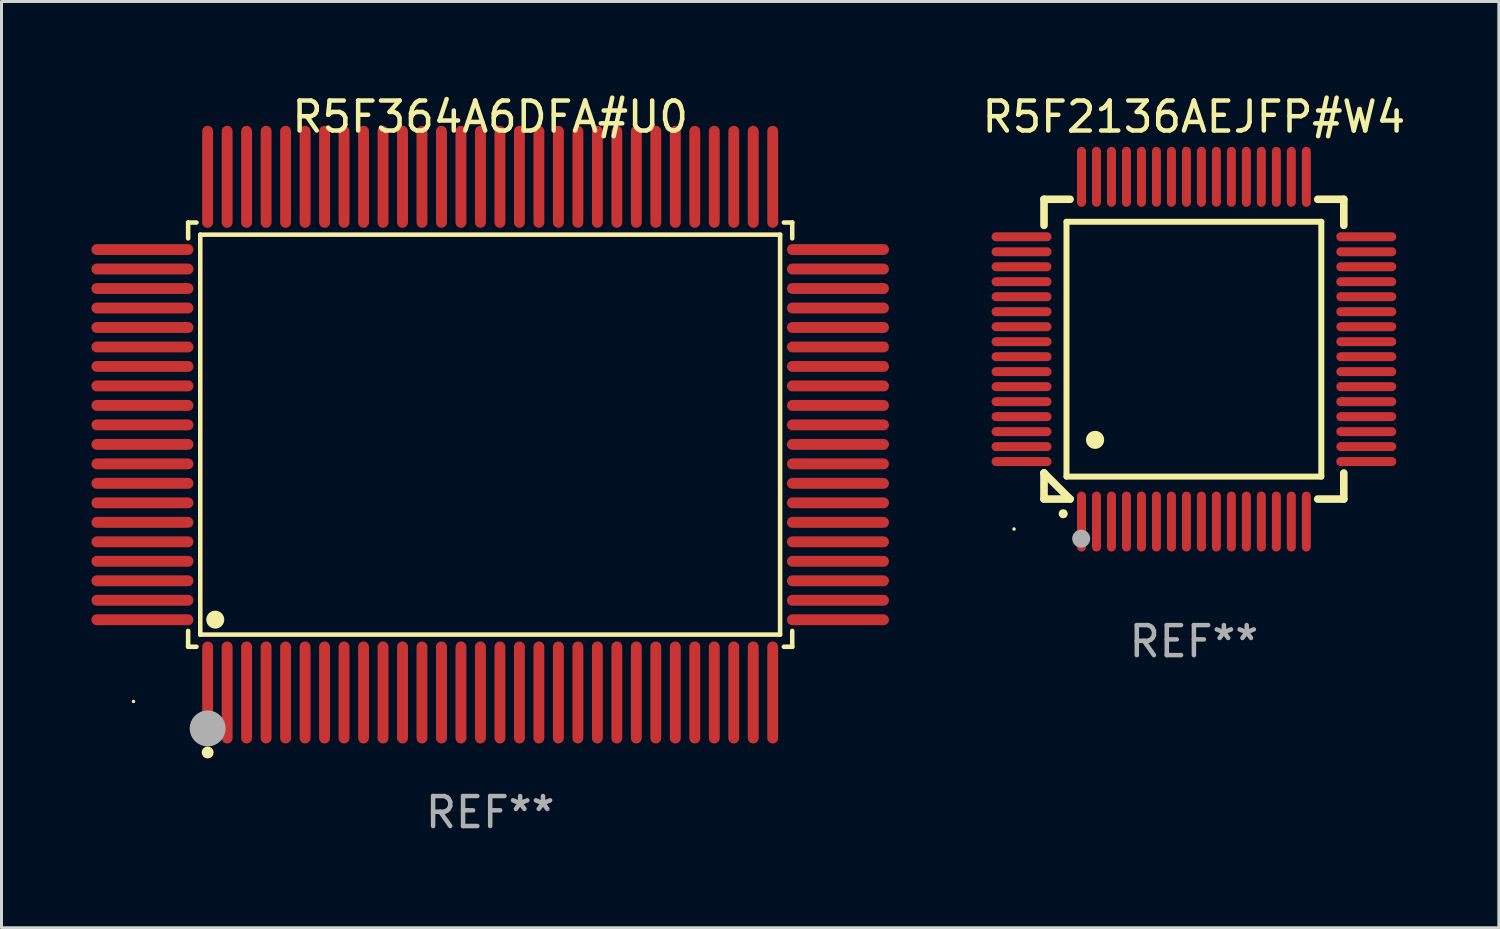
<source format=kicad_pcb>
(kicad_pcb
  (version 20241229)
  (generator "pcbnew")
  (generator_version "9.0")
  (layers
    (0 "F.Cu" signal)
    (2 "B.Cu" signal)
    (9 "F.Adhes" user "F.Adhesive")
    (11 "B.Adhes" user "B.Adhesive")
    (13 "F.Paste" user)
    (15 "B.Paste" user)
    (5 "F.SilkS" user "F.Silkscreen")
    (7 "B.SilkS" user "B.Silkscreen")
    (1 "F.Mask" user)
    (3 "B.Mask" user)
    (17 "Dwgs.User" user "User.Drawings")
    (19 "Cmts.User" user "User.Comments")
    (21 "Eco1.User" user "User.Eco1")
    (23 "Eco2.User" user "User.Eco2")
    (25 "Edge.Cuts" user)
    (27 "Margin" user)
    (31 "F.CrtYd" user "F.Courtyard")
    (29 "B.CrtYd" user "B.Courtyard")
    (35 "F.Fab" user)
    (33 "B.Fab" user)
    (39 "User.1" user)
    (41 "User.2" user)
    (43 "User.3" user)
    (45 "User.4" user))
  (footprint "R5F364A6DFA#U0"
    (layer "F.Cu")
    (at 13.302 11.449)
    (property "Reference" "R5F364A6DFA#U0" (at 0 -10.601 0) (layer "F.SilkS") (effects (font (size 1 1) (thickness 0.15))))
    (attr through_hole)
    (fp_line (start -10.076 -7.076) (end -9.798 -7.076) (stroke (width 0.152) (type solid)) (layer "F.SilkS"))
    (fp_line (start -10.076 -6.548) (end -10.076 -7.076) (stroke (width 0.152) (type solid)) (layer "F.SilkS"))
    (fp_line (start -10.076 6.548) (end -10.076 7.076) (stroke (width 0.152) (type solid)) (layer "F.SilkS"))
    (fp_line (start -10.076 7.076) (end -9.798 7.076) (stroke (width 0.152) (type solid)) (layer "F.SilkS"))
    (fp_line (start -9.671 -6.671) (end 9.671 -6.671) (stroke (width 0.152) (type solid)) (layer "F.SilkS"))
    (fp_line (start -9.671 6.671) (end -9.671 -6.671) (stroke (width 0.152) (type solid)) (layer "F.SilkS"))
    (fp_line (start 9.671 -6.671) (end 9.671 6.671) (stroke (width 0.152) (type solid)) (layer "F.SilkS"))
    (fp_line (start 9.671 6.671) (end -9.671 6.671) (stroke (width 0.152) (type solid)) (layer "F.SilkS"))
    (fp_line (start 10.076 -7.076) (end 9.798 -7.076) (stroke (width 0.152) (type solid)) (layer "F.SilkS"))
    (fp_line (start 10.076 -6.548) (end 10.076 -7.076) (stroke (width 0.152) (type solid)) (layer "F.SilkS"))
    (fp_line (start 10.076 6.548) (end 10.076 7.076) (stroke (width 0.152) (type solid)) (layer "F.SilkS"))
    (fp_line (start 10.076 7.076) (end 9.798 7.076) (stroke (width 0.152) (type solid)) (layer "F.SilkS"))
    (fp_circle (center -11.9 8.9) (end -11.87 8.9) (stroke (width 0.06) (type solid)) (fill no) (layer "F.SilkS"))
    (fp_circle (center -9.425 10.602) (end -9.325 10.602) (stroke (width 0.2) (type solid)) (fill no) (layer "F.SilkS"))
    (fp_circle (center -9.171 6.171) (end -9.021 6.171) (stroke (width 0.3) (type solid)) (fill no) (layer "F.SilkS"))
    (fp_circle (center -9.425 9.8) (end -9.125 9.8) (stroke (width 0.6) (type solid)) (fill no) (layer "F.Fab"))
    (fp_text user "REF**" (at 0 12.601 0) (layer "F.Fab") (effects (font (size 1 1) (thickness 0.15))))
    (pad "1" smd oval (at -9.425 8.601) (size 0.364 3.402) (layers "F.Cu" "F.Mask" "F.Paste"))
    (pad "2" smd oval (at -8.775 8.601) (size 0.364 3.402) (layers "F.Cu" "F.Mask" "F.Paste"))
    (pad "3" smd oval (at -8.125 8.601) (size 0.364 3.402) (layers "F.Cu" "F.Mask" "F.Paste"))
    (pad "4" smd oval (at -7.475 8.601) (size 0.364 3.402) (layers "F.Cu" "F.Mask" "F.Paste"))
    (pad "5" smd oval (at -6.825 8.601) (size 0.364 3.402) (layers "F.Cu" "F.Mask" "F.Paste"))
    (pad "6" smd oval (at -6.175 8.601) (size 0.364 3.402) (layers "F.Cu" "F.Mask" "F.Paste"))
    (pad "7" smd oval (at -5.525 8.601) (size 0.364 3.402) (layers "F.Cu" "F.Mask" "F.Paste"))
    (pad "8" smd oval (at -4.875 8.601) (size 0.364 3.402) (layers "F.Cu" "F.Mask" "F.Paste"))
    (pad "9" smd oval (at -4.225 8.601) (size 0.364 3.402) (layers "F.Cu" "F.Mask" "F.Paste"))
    (pad "10" smd oval (at -3.575 8.601) (size 0.364 3.402) (layers "F.Cu" "F.Mask" "F.Paste"))
    (pad "11" smd oval (at -2.925 8.601) (size 0.364 3.402) (layers "F.Cu" "F.Mask" "F.Paste"))
    (pad "12" smd oval (at -2.275 8.601) (size 0.364 3.402) (layers "F.Cu" "F.Mask" "F.Paste"))
    (pad "13" smd oval (at -1.625 8.601) (size 0.364 3.402) (layers "F.Cu" "F.Mask" "F.Paste"))
    (pad "14" smd oval (at -0.975 8.601) (size 0.364 3.402) (layers "F.Cu" "F.Mask" "F.Paste"))
    (pad "15" smd oval (at -0.325 8.601) (size 0.364 3.402) (layers "F.Cu" "F.Mask" "F.Paste"))
    (pad "16" smd oval (at 0.325 8.601) (size 0.364 3.402) (layers "F.Cu" "F.Mask" "F.Paste"))
    (pad "17" smd oval (at 0.975 8.601) (size 0.364 3.402) (layers "F.Cu" "F.Mask" "F.Paste"))
    (pad "18" smd oval (at 1.625 8.601) (size 0.364 3.402) (layers "F.Cu" "F.Mask" "F.Paste"))
    (pad "19" smd oval (at 2.275 8.601) (size 0.364 3.402) (layers "F.Cu" "F.Mask" "F.Paste"))
    (pad "20" smd oval (at 2.925 8.601) (size 0.364 3.402) (layers "F.Cu" "F.Mask" "F.Paste"))
    (pad "21" smd oval (at 3.575 8.601) (size 0.364 3.402) (layers "F.Cu" "F.Mask" "F.Paste"))
    (pad "22" smd oval (at 4.225 8.601) (size 0.364 3.402) (layers "F.Cu" "F.Mask" "F.Paste"))
    (pad "23" smd oval (at 4.875 8.601) (size 0.364 3.402) (layers "F.Cu" "F.Mask" "F.Paste"))
    (pad "24" smd oval (at 5.525 8.601) (size 0.364 3.402) (layers "F.Cu" "F.Mask" "F.Paste"))
    (pad "25" smd oval (at 6.175 8.601) (size 0.364 3.402) (layers "F.Cu" "F.Mask" "F.Paste"))
    (pad "26" smd oval (at 6.825 8.601) (size 0.364 3.402) (layers "F.Cu" "F.Mask" "F.Paste"))
    (pad "27" smd oval (at 7.475 8.601) (size 0.364 3.402) (layers "F.Cu" "F.Mask" "F.Paste"))
    (pad "28" smd oval (at 8.125 8.601) (size 0.364 3.402) (layers "F.Cu" "F.Mask" "F.Paste"))
    (pad "29" smd oval (at 8.775 8.601) (size 0.364 3.402) (layers "F.Cu" "F.Mask" "F.Paste"))
    (pad "30" smd oval (at 9.425 8.601) (size 0.364 3.402) (layers "F.Cu" "F.Mask" "F.Paste"))
    (pad "31" smd oval (at 11.601 6.175) (size 3.402 0.364) (layers "F.Cu" "F.Mask" "F.Paste"))
    (pad "32" smd oval (at 11.601 5.525) (size 3.402 0.364) (layers "F.Cu" "F.Mask" "F.Paste"))
    (pad "33" smd oval (at 11.601 4.875) (size 3.402 0.364) (layers "F.Cu" "F.Mask" "F.Paste"))
    (pad "34" smd oval (at 11.601 4.225) (size 3.402 0.364) (layers "F.Cu" "F.Mask" "F.Paste"))
    (pad "35" smd oval (at 11.601 3.575) (size 3.402 0.364) (layers "F.Cu" "F.Mask" "F.Paste"))
    (pad "36" smd oval (at 11.601 2.925) (size 3.402 0.364) (layers "F.Cu" "F.Mask" "F.Paste"))
    (pad "37" smd oval (at 11.601 2.275) (size 3.402 0.364) (layers "F.Cu" "F.Mask" "F.Paste"))
    (pad "38" smd oval (at 11.601 1.625) (size 3.402 0.364) (layers "F.Cu" "F.Mask" "F.Paste"))
    (pad "39" smd oval (at 11.601 0.975) (size 3.402 0.364) (layers "F.Cu" "F.Mask" "F.Paste"))
    (pad "40" smd oval (at 11.601 0.325) (size 3.402 0.364) (layers "F.Cu" "F.Mask" "F.Paste"))
    (pad "41" smd oval (at 11.601 -0.325) (size 3.402 0.364) (layers "F.Cu" "F.Mask" "F.Paste"))
    (pad "42" smd oval (at 11.601 -0.975) (size 3.402 0.364) (layers "F.Cu" "F.Mask" "F.Paste"))
    (pad "43" smd oval (at 11.601 -1.625) (size 3.402 0.364) (layers "F.Cu" "F.Mask" "F.Paste"))
    (pad "44" smd oval (at 11.601 -2.275) (size 3.402 0.364) (layers "F.Cu" "F.Mask" "F.Paste"))
    (pad "45" smd oval (at 11.601 -2.925) (size 3.402 0.364) (layers "F.Cu" "F.Mask" "F.Paste"))
    (pad "46" smd oval (at 11.601 -3.575) (size 3.402 0.364) (layers "F.Cu" "F.Mask" "F.Paste"))
    (pad "47" smd oval (at 11.601 -4.225) (size 3.402 0.364) (layers "F.Cu" "F.Mask" "F.Paste"))
    (pad "48" smd oval (at 11.601 -4.875) (size 3.402 0.364) (layers "F.Cu" "F.Mask" "F.Paste"))
    (pad "49" smd oval (at 11.601 -5.525) (size 3.402 0.364) (layers "F.Cu" "F.Mask" "F.Paste"))
    (pad "50" smd oval (at 11.601 -6.175) (size 3.402 0.364) (layers "F.Cu" "F.Mask" "F.Paste"))
    (pad "51" smd oval (at 9.425 -8.601) (size 0.364 3.402) (layers "F.Cu" "F.Mask" "F.Paste"))
    (pad "52" smd oval (at 8.775 -8.601) (size 0.364 3.402) (layers "F.Cu" "F.Mask" "F.Paste"))
    (pad "53" smd oval (at 8.125 -8.601) (size 0.364 3.402) (layers "F.Cu" "F.Mask" "F.Paste"))
    (pad "54" smd oval (at 7.475 -8.601) (size 0.364 3.402) (layers "F.Cu" "F.Mask" "F.Paste"))
    (pad "55" smd oval (at 6.825 -8.601) (size 0.364 3.402) (layers "F.Cu" "F.Mask" "F.Paste"))
    (pad "56" smd oval (at 6.175 -8.601) (size 0.364 3.402) (layers "F.Cu" "F.Mask" "F.Paste"))
    (pad "57" smd oval (at 5.525 -8.601) (size 0.364 3.402) (layers "F.Cu" "F.Mask" "F.Paste"))
    (pad "58" smd oval (at 4.875 -8.601) (size 0.364 3.402) (layers "F.Cu" "F.Mask" "F.Paste"))
    (pad "59" smd oval (at 4.225 -8.601) (size 0.364 3.402) (layers "F.Cu" "F.Mask" "F.Paste"))
    (pad "60" smd oval (at 3.575 -8.601) (size 0.364 3.402) (layers "F.Cu" "F.Mask" "F.Paste"))
    (pad "61" smd oval (at 2.925 -8.601) (size 0.364 3.402) (layers "F.Cu" "F.Mask" "F.Paste"))
    (pad "62" smd oval (at 2.275 -8.601) (size 0.364 3.402) (layers "F.Cu" "F.Mask" "F.Paste"))
    (pad "63" smd oval (at 1.625 -8.601) (size 0.364 3.402) (layers "F.Cu" "F.Mask" "F.Paste"))
    (pad "64" smd oval (at 0.975 -8.601) (size 0.364 3.402) (layers "F.Cu" "F.Mask" "F.Paste"))
    (pad "65" smd oval (at 0.325 -8.601) (size 0.364 3.402) (layers "F.Cu" "F.Mask" "F.Paste"))
    (pad "66" smd oval (at -0.325 -8.601) (size 0.364 3.402) (layers "F.Cu" "F.Mask" "F.Paste"))
    (pad "67" smd oval (at -0.975 -8.601) (size 0.364 3.402) (layers "F.Cu" "F.Mask" "F.Paste"))
    (pad "68" smd oval (at -1.625 -8.601) (size 0.364 3.402) (layers "F.Cu" "F.Mask" "F.Paste"))
    (pad "69" smd oval (at -2.275 -8.601) (size 0.364 3.402) (layers "F.Cu" "F.Mask" "F.Paste"))
    (pad "70" smd oval (at -2.925 -8.601) (size 0.364 3.402) (layers "F.Cu" "F.Mask" "F.Paste"))
    (pad "71" smd oval (at -3.575 -8.601) (size 0.364 3.402) (layers "F.Cu" "F.Mask" "F.Paste"))
    (pad "72" smd oval (at -4.225 -8.601) (size 0.364 3.402) (layers "F.Cu" "F.Mask" "F.Paste"))
    (pad "73" smd oval (at -4.875 -8.601) (size 0.364 3.402) (layers "F.Cu" "F.Mask" "F.Paste"))
    (pad "74" smd oval (at -5.525 -8.601) (size 0.364 3.402) (layers "F.Cu" "F.Mask" "F.Paste"))
    (pad "75" smd oval (at -6.175 -8.601) (size 0.364 3.402) (layers "F.Cu" "F.Mask" "F.Paste"))
    (pad "76" smd oval (at -6.825 -8.601) (size 0.364 3.402) (layers "F.Cu" "F.Mask" "F.Paste"))
    (pad "77" smd oval (at -7.475 -8.601) (size 0.364 3.402) (layers "F.Cu" "F.Mask" "F.Paste"))
    (pad "78" smd oval (at -8.125 -8.601) (size 0.364 3.402) (layers "F.Cu" "F.Mask" "F.Paste"))
    (pad "79" smd oval (at -8.775 -8.601) (size 0.364 3.402) (layers "F.Cu" "F.Mask" "F.Paste"))
    (pad "80" smd oval (at -9.425 -8.601) (size 0.364 3.402) (layers "F.Cu" "F.Mask" "F.Paste"))
    (pad "81" smd oval (at -11.601 -6.175) (size 3.402 0.364) (layers "F.Cu" "F.Mask" "F.Paste"))
    (pad "82" smd oval (at -11.601 -5.525) (size 3.402 0.364) (layers "F.Cu" "F.Mask" "F.Paste"))
    (pad "83" smd oval (at -11.601 -4.875) (size 3.402 0.364) (layers "F.Cu" "F.Mask" "F.Paste"))
    (pad "84" smd oval (at -11.601 -4.225) (size 3.402 0.364) (layers "F.Cu" "F.Mask" "F.Paste"))
    (pad "85" smd oval (at -11.601 -3.575) (size 3.402 0.364) (layers "F.Cu" "F.Mask" "F.Paste"))
    (pad "86" smd oval (at -11.601 -2.925) (size 3.402 0.364) (layers "F.Cu" "F.Mask" "F.Paste"))
    (pad "87" smd oval (at -11.601 -2.275) (size 3.402 0.364) (layers "F.Cu" "F.Mask" "F.Paste"))
    (pad "88" smd oval (at -11.601 -1.625) (size 3.402 0.364) (layers "F.Cu" "F.Mask" "F.Paste"))
    (pad "89" smd oval (at -11.601 -0.975) (size 3.402 0.364) (layers "F.Cu" "F.Mask" "F.Paste"))
    (pad "90" smd oval (at -11.601 -0.325) (size 3.402 0.364) (layers "F.Cu" "F.Mask" "F.Paste"))
    (pad "91" smd oval (at -11.601 0.325) (size 3.402 0.364) (layers "F.Cu" "F.Mask" "F.Paste"))
    (pad "92" smd oval (at -11.601 0.975) (size 3.402 0.364) (layers "F.Cu" "F.Mask" "F.Paste"))
    (pad "93" smd oval (at -11.601 1.625) (size 3.402 0.364) (layers "F.Cu" "F.Mask" "F.Paste"))
    (pad "94" smd oval (at -11.601 2.275) (size 3.402 0.364) (layers "F.Cu" "F.Mask" "F.Paste"))
    (pad "95" smd oval (at -11.601 2.925) (size 3.402 0.364) (layers "F.Cu" "F.Mask" "F.Paste"))
    (pad "96" smd oval (at -11.601 3.575) (size 3.402 0.364) (layers "F.Cu" "F.Mask" "F.Paste"))
    (pad "97" smd oval (at -11.601 4.225) (size 3.402 0.364) (layers "F.Cu" "F.Mask" "F.Paste"))
    (pad "98" smd oval (at -11.601 4.875) (size 3.402 0.364) (layers "F.Cu" "F.Mask" "F.Paste"))
    (pad "99" smd oval (at -11.601 5.525) (size 3.402 0.364) (layers "F.Cu" "F.Mask" "F.Paste"))
    (pad "100" smd oval (at -11.601 6.175) (size 3.402 0.364) (layers "F.Cu" "F.Mask" "F.Paste")))
  (footprint "R5F2136AEJFP#W4"
    (layer "F.Cu")
    (at 36.777 8.598)
    (property "Reference" "R5F2136AEJFP#W4" (at 0 -7.75 0) (layer "F.SilkS") (effects (font (size 1 1) (thickness 0.15))))
    (attr through_hole)
    (fp_line (start -5 -5) (end -4.131 -5) (stroke (width 0.254) (type solid)) (layer "F.SilkS"))
    (fp_line (start -5 -4.131) (end -5 -5) (stroke (width 0.254) (type solid)) (layer "F.SilkS"))
    (fp_line (start -5 4.131) (end -5 4.131) (stroke (width 0.254) (type solid)) (layer "F.SilkS"))
    (fp_line (start -5 5) (end -5 4.131) (stroke (width 0.254) (type solid)) (layer "F.SilkS"))
    (fp_line (start -5 4.131) (end -4.131 5) (stroke (width 0.254) (type solid)) (layer "F.SilkS"))
    (fp_line (start -4.25 -4.25) (end -4.25 4.25) (stroke (width 0.2) (type solid)) (layer "F.SilkS"))
    (fp_line (start -4.25 4.25) (end 4.25 4.25) (stroke (width 0.2) (type solid)) (layer "F.SilkS"))
    (fp_line (start -4.131 5) (end -5 5) (stroke (width 0.254) (type solid)) (layer "F.SilkS"))
    (fp_line (start 4.25 -4.25) (end -4.25 -4.25) (stroke (width 0.2) (type solid)) (layer "F.SilkS"))
    (fp_line (start 4.25 4.25) (end 4.25 -4.25) (stroke (width 0.2) (type solid)) (layer "F.SilkS"))
    (fp_line (start 5 -5) (end 4.131 -5) (stroke (width 0.254) (type solid)) (layer "F.SilkS"))
    (fp_line (start 5 -5) (end 5 -4.131) (stroke (width 0.254) (type solid)) (layer "F.SilkS"))
    (fp_line (start 5 4.131) (end 5 5) (stroke (width 0.254) (type solid)) (layer "F.SilkS"))
    (fp_line (start 5 5) (end 4.131 5) (stroke (width 0.254) (type solid)) (layer "F.SilkS"))
    (fp_arc (start -4.361265 5.489992) (mid -4.359995 5.489987) (end -4.358725 5.489992) (stroke (width 0.3) (type solid)) (layer "F.SilkS"))
    (fp_arc (start -3.299467 3.025146) (mid -3.296927 3.025135) (end -3.294387 3.025146) (stroke (width 0.6) (type solid)) (layer "F.SilkS"))
    (fp_circle (center -6 6) (end -5.97 6) (stroke (width 0.06) (type solid)) (fill no) (layer "F.SilkS"))
    (fp_circle (center -3.76 6.32) (end -3.61 6.32) (stroke (width 0.3) (type solid)) (fill no) (layer "F.Fab"))
    (fp_text user "REF**" (at 0 9.75 0) (layer "F.Fab") (effects (font (size 1 1) (thickness 0.15))))
    (pad "1" smd oval (at -3.75 5.75) (size 0.3 2) (layers "F.Cu" "F.Mask" "F.Paste"))
    (pad "2" smd oval (at -3.25 5.75) (size 0.3 2) (layers "F.Cu" "F.Mask" "F.Paste"))
    (pad "3" smd oval (at -2.75 5.75) (size 0.3 2) (layers "F.Cu" "F.Mask" "F.Paste"))
    (pad "4" smd oval (at -2.25 5.75) (size 0.3 2) (layers "F.Cu" "F.Mask" "F.Paste"))
    (pad "5" smd oval (at -1.75 5.75) (size 0.3 2) (layers "F.Cu" "F.Mask" "F.Paste"))
    (pad "6" smd oval (at -1.25 5.75) (size 0.3 2) (layers "F.Cu" "F.Mask" "F.Paste"))
    (pad "7" smd oval (at -0.75 5.75) (size 0.3 2) (layers "F.Cu" "F.Mask" "F.Paste"))
    (pad "8" smd oval (at -0.25 5.75) (size 0.3 2) (layers "F.Cu" "F.Mask" "F.Paste"))
    (pad "9" smd oval (at 0.25 5.75) (size 0.3 2) (layers "F.Cu" "F.Mask" "F.Paste"))
    (pad "10" smd oval (at 0.75 5.75) (size 0.3 2) (layers "F.Cu" "F.Mask" "F.Paste"))
    (pad "11" smd oval (at 1.25 5.75) (size 0.3 2) (layers "F.Cu" "F.Mask" "F.Paste"))
    (pad "12" smd oval (at 1.75 5.75) (size 0.3 2) (layers "F.Cu" "F.Mask" "F.Paste"))
    (pad "13" smd oval (at 2.25 5.75) (size 0.3 2) (layers "F.Cu" "F.Mask" "F.Paste"))
    (pad "14" smd oval (at 2.75 5.75) (size 0.3 2) (layers "F.Cu" "F.Mask" "F.Paste"))
    (pad "15" smd oval (at 3.25 5.75) (size 0.3 2) (layers "F.Cu" "F.Mask" "F.Paste"))
    (pad "16" smd oval (at 3.75 5.75) (size 0.3 2) (layers "F.Cu" "F.Mask" "F.Paste"))
    (pad "17" smd oval (at 5.75 3.75) (size 2 0.3) (layers "F.Cu" "F.Mask" "F.Paste"))
    (pad "18" smd oval (at 5.75 3.25) (size 2 0.3) (layers "F.Cu" "F.Mask" "F.Paste"))
    (pad "19" smd oval (at 5.75 2.75) (size 2 0.3) (layers "F.Cu" "F.Mask" "F.Paste"))
    (pad "20" smd oval (at 5.75 2.25) (size 2 0.3) (layers "F.Cu" "F.Mask" "F.Paste"))
    (pad "21" smd oval (at 5.75 1.75) (size 2 0.3) (layers "F.Cu" "F.Mask" "F.Paste"))
    (pad "22" smd oval (at 5.75 1.25) (size 2 0.3) (layers "F.Cu" "F.Mask" "F.Paste"))
    (pad "23" smd oval (at 5.75 0.75) (size 2 0.3) (layers "F.Cu" "F.Mask" "F.Paste"))
    (pad "24" smd oval (at 5.75 0.25) (size 2 0.3) (layers "F.Cu" "F.Mask" "F.Paste"))
    (pad "25" smd oval (at 5.75 -0.25) (size 2 0.3) (layers "F.Cu" "F.Mask" "F.Paste"))
    (pad "26" smd oval (at 5.75 -0.75) (size 2 0.3) (layers "F.Cu" "F.Mask" "F.Paste"))
    (pad "27" smd oval (at 5.75 -1.25) (size 2 0.3) (layers "F.Cu" "F.Mask" "F.Paste"))
    (pad "28" smd oval (at 5.75 -1.75) (size 2 0.3) (layers "F.Cu" "F.Mask" "F.Paste"))
    (pad "29" smd oval (at 5.75 -2.25) (size 2 0.3) (layers "F.Cu" "F.Mask" "F.Paste"))
    (pad "30" smd oval (at 5.75 -2.75) (size 2 0.3) (layers "F.Cu" "F.Mask" "F.Paste"))
    (pad "31" smd oval (at 5.75 -3.25) (size 2 0.3) (layers "F.Cu" "F.Mask" "F.Paste"))
    (pad "32" smd oval (at 5.75 -3.75) (size 2 0.3) (layers "F.Cu" "F.Mask" "F.Paste"))
    (pad "33" smd oval (at 3.75 -5.75) (size 0.3 2) (layers "F.Cu" "F.Mask" "F.Paste"))
    (pad "34" smd oval (at 3.25 -5.75) (size 0.3 2) (layers "F.Cu" "F.Mask" "F.Paste"))
    (pad "35" smd oval (at 2.75 -5.75) (size 0.3 2) (layers "F.Cu" "F.Mask" "F.Paste"))
    (pad "36" smd oval (at 2.25 -5.75) (size 0.3 2) (layers "F.Cu" "F.Mask" "F.Paste"))
    (pad "37" smd oval (at 1.75 -5.75) (size 0.3 2) (layers "F.Cu" "F.Mask" "F.Paste"))
    (pad "38" smd oval (at 1.25 -5.75) (size 0.3 2) (layers "F.Cu" "F.Mask" "F.Paste"))
    (pad "39" smd oval (at 0.75 -5.75) (size 0.3 2) (layers "F.Cu" "F.Mask" "F.Paste"))
    (pad "40" smd oval (at 0.25 -5.75) (size 0.3 2) (layers "F.Cu" "F.Mask" "F.Paste"))
    (pad "41" smd oval (at -0.25 -5.75) (size 0.3 2) (layers "F.Cu" "F.Mask" "F.Paste"))
    (pad "42" smd oval (at -0.75 -5.75) (size 0.3 2) (layers "F.Cu" "F.Mask" "F.Paste"))
    (pad "43" smd oval (at -1.25 -5.75) (size 0.3 2) (layers "F.Cu" "F.Mask" "F.Paste"))
    (pad "44" smd oval (at -1.75 -5.75) (size 0.3 2) (layers "F.Cu" "F.Mask" "F.Paste"))
    (pad "45" smd oval (at -2.25 -5.75) (size 0.3 2) (layers "F.Cu" "F.Mask" "F.Paste"))
    (pad "46" smd oval (at -2.75 -5.75) (size 0.3 2) (layers "F.Cu" "F.Mask" "F.Paste"))
    (pad "47" smd oval (at -3.25 -5.75) (size 0.3 2) (layers "F.Cu" "F.Mask" "F.Paste"))
    (pad "48" smd oval (at -3.75 -5.75) (size 0.3 2) (layers "F.Cu" "F.Mask" "F.Paste"))
    (pad "49" smd oval (at -5.75 -3.75) (size 2 0.3) (layers "F.Cu" "F.Mask" "F.Paste"))
    (pad "50" smd oval (at -5.75 -3.25) (size 2 0.3) (layers "F.Cu" "F.Mask" "F.Paste"))
    (pad "51" smd oval (at -5.75 -2.75) (size 2 0.3) (layers "F.Cu" "F.Mask" "F.Paste"))
    (pad "52" smd oval (at -5.75 -2.25) (size 2 0.3) (layers "F.Cu" "F.Mask" "F.Paste"))
    (pad "53" smd oval (at -5.75 -1.75) (size 2 0.3) (layers "F.Cu" "F.Mask" "F.Paste"))
    (pad "54" smd oval (at -5.75 -1.25) (size 2 0.3) (layers "F.Cu" "F.Mask" "F.Paste"))
    (pad "55" smd oval (at -5.75 -0.75) (size 2 0.3) (layers "F.Cu" "F.Mask" "F.Paste"))
    (pad "56" smd oval (at -5.75 -0.25) (size 2 0.3) (layers "F.Cu" "F.Mask" "F.Paste"))
    (pad "57" smd oval (at -5.75 0.25) (size 2 0.3) (layers "F.Cu" "F.Mask" "F.Paste"))
    (pad "58" smd oval (at -5.75 0.75) (size 2 0.3) (layers "F.Cu" "F.Mask" "F.Paste"))
    (pad "59" smd oval (at -5.75 1.25) (size 2 0.3) (layers "F.Cu" "F.Mask" "F.Paste"))
    (pad "60" smd oval (at -5.75 1.75) (size 2 0.3) (layers "F.Cu" "F.Mask" "F.Paste"))
    (pad "61" smd oval (at -5.75 2.25) (size 2 0.3) (layers "F.Cu" "F.Mask" "F.Paste"))
    (pad "62" smd oval (at -5.75 2.75) (size 2 0.3) (layers "F.Cu" "F.Mask" "F.Paste"))
    (pad "63" smd oval (at -5.75 3.25) (size 2 0.3) (layers "F.Cu" "F.Mask" "F.Paste"))
    (pad "64" smd oval (at -5.75 3.75) (size 2 0.3) (layers "F.Cu" "F.Mask" "F.Paste")))
  (gr_rect
    (start -3 -3)
    (end 46.949 27.898)
    (stroke (width 0.1) (type default))
    (fill no)
    (layer "Edge.Cuts")))
</source>
